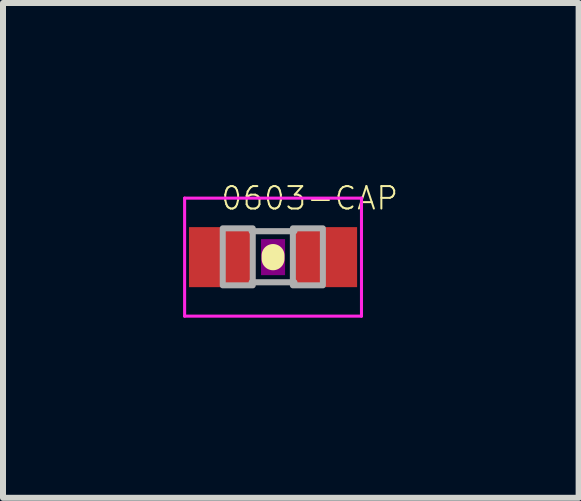
<source format=kicad_pcb>
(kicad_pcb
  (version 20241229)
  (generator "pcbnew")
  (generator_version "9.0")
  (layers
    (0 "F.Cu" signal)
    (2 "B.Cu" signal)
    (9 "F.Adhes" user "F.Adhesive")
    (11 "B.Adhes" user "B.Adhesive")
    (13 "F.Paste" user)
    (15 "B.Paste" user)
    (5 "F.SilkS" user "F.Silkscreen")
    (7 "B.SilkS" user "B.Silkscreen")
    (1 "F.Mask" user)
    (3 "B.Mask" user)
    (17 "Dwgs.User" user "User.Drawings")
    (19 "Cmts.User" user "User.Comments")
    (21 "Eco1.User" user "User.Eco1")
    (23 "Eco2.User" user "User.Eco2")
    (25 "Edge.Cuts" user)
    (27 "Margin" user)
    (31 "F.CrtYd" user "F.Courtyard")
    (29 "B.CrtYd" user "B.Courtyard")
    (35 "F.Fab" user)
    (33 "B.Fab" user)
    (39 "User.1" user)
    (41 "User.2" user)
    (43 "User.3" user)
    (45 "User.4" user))
  (footprint "0603-CAP"
    (layer "F.Cu")
    (at 1.498 1.233)
    (property "Reference" "0603-CAP" (at -0.889 -0.762 0) (unlocked yes) (layer "F.SilkS") (effects (font (size 0.374 0.374) (thickness 0.033)) (justify left bottom)))
    (fp_line (start 0 -0.028) (end 0 0.028) (stroke (width 0.381) (type solid)) (layer "F.SilkS"))
    (fp_poly (pts (xy -0.2 0.3) (xy 0.2 0.3) (xy 0.2 -0.3) (xy -0.2 -0.3)) (stroke (width 0) (type default)) (fill yes) (layer "F.Adhes"))
    (fp_line (start -1.473 -0.983) (end 1.473 -0.983) (stroke (width 0.051) (type solid)) (layer "F.CrtYd"))
    (fp_line (start -1.473 0.983) (end -1.473 -0.983) (stroke (width 0.051) (type solid)) (layer "F.CrtYd"))
    (fp_line (start 1.473 -0.983) (end 1.473 0.983) (stroke (width 0.051) (type solid)) (layer "F.CrtYd"))
    (fp_line (start 1.473 0.983) (end -1.473 0.983) (stroke (width 0.051) (type solid)) (layer "F.CrtYd"))
    (fp_line (start -0.356 -0.432) (end 0.356 -0.432) (stroke (width 0.102) (type solid)) (layer "F.Fab"))
    (fp_line (start -0.356 0.419) (end 0.356 0.419) (stroke (width 0.102) (type solid)) (layer "F.Fab"))
    (fp_poly (pts (xy -0.838 0.47) (xy -0.338 0.47) (xy -0.338 -0.48) (xy -0.838 -0.48)) (stroke (width 0.1) (type default)) (fill no) (layer "F.Fab"))
    (fp_poly (pts (xy 0.33 0.47) (xy 0.83 0.47) (xy 0.83 -0.48) (xy 0.33 -0.48)) (stroke (width 0.1) (type default)) (fill no) (layer "F.Fab"))
    (pad "1" smd rect (at -0.85 0) (size 1.1 1) (layers "F.Cu" "F.Mask" "F.Paste"))
    (pad "2" smd rect (at 0.85 0) (size 1.1 1) (layers "F.Cu" "F.Mask" "F.Paste")))
  (gr_rect
    (start -3 -3)
    (end 6.588 5.242)
    (stroke (width 0.1) (type default))
    (fill no)
    (layer "Edge.Cuts")))
</source>
